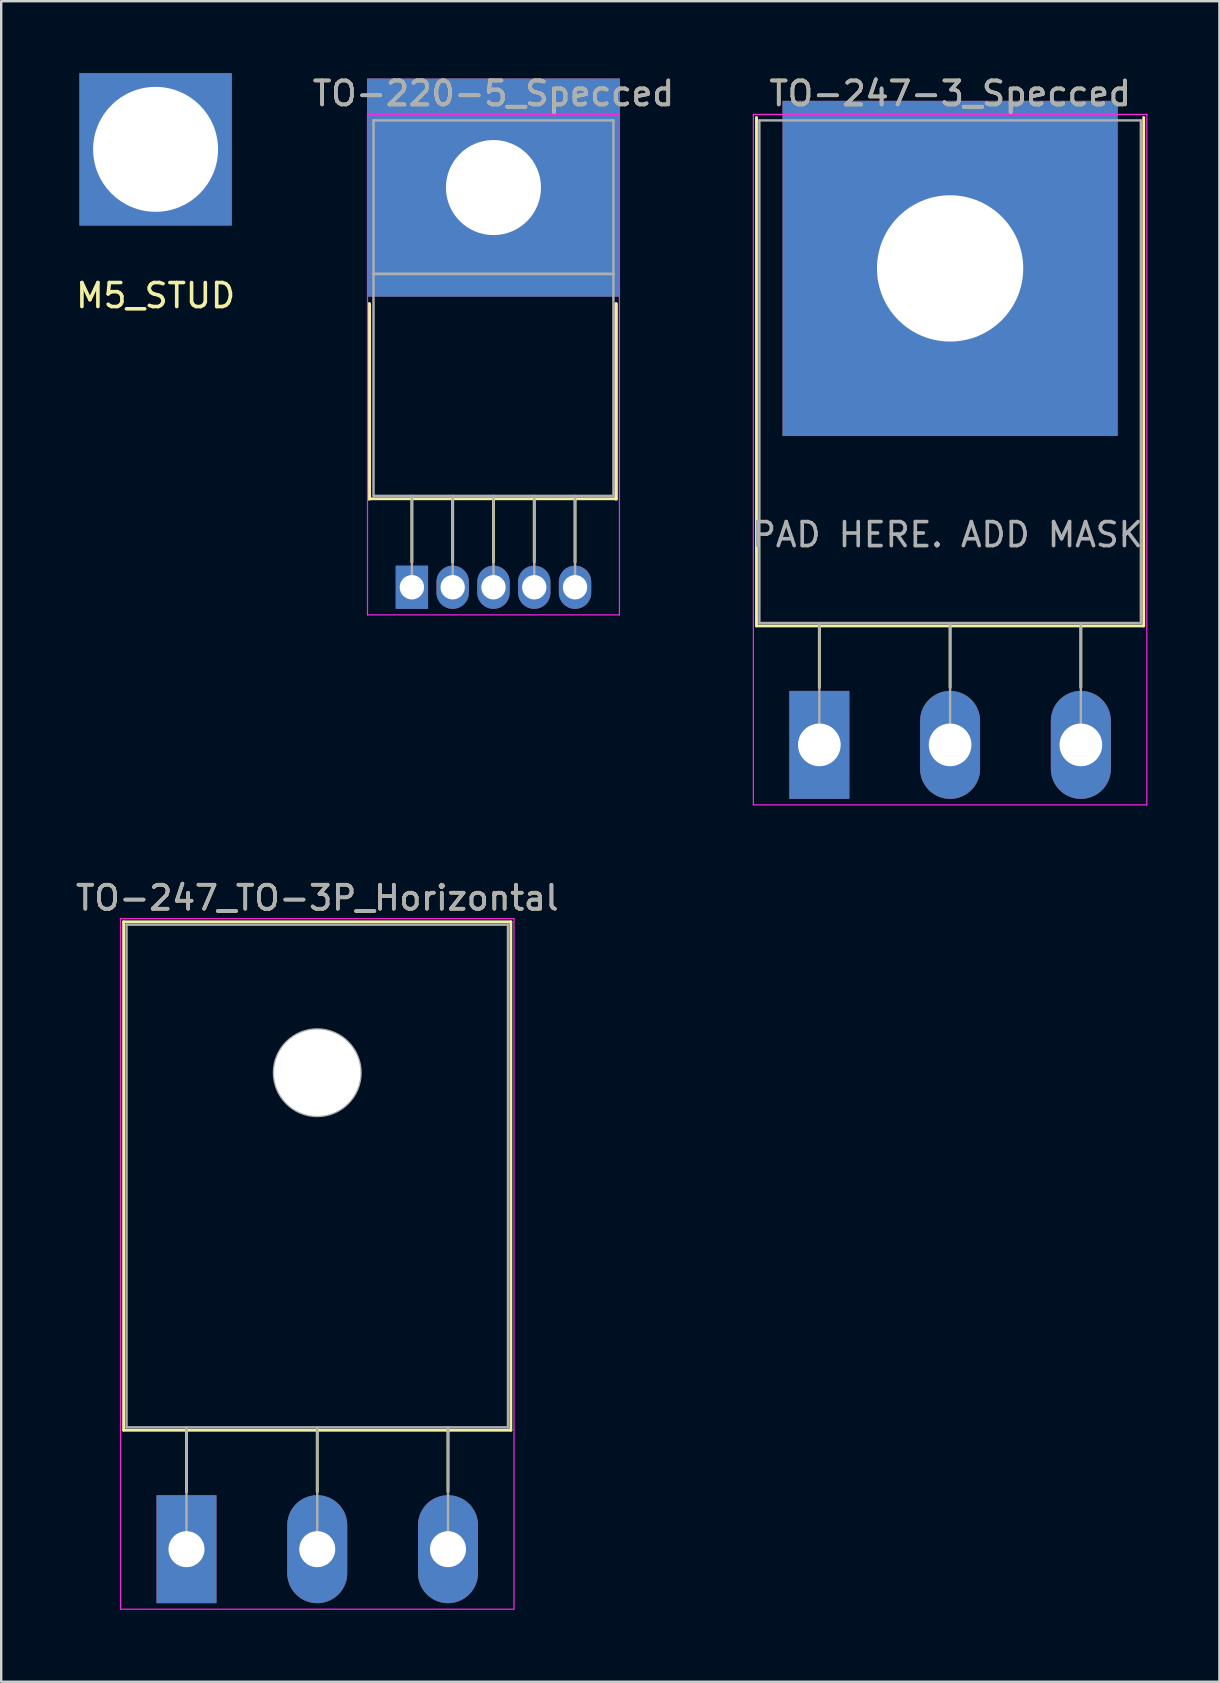
<source format=kicad_pcb>
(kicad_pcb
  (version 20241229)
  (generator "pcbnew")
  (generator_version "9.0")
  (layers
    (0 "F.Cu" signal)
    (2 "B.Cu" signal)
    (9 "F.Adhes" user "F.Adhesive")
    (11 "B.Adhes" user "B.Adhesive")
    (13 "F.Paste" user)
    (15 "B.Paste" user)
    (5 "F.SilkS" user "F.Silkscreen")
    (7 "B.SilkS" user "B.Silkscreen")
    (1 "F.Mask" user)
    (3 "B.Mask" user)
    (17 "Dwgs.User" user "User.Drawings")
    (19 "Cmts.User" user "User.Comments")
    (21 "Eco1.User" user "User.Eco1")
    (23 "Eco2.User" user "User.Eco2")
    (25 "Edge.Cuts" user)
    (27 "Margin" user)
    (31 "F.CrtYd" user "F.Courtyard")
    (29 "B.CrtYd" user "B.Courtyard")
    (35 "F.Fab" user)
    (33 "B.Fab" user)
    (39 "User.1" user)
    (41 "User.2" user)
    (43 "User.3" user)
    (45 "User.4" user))
  (footprint "M5_STUD"
    (layer "F.Cu")
    (at 3.435 3.175)
    (property "Reference" "M5_STUD" (at 0 6.096 0) (layer "F.SilkS") (effects (font (size 1 1) (thickness 0.15))))
    (attr through_hole)
    (pad "1" thru_hole rect (at 0 0) (size 6.35 6.35) (drill 5.207) (layers "*.Cu" "*.Mask")))
  (footprint "TO-247_TO-3P_Horizontal"
    (layer "F.Cu")
    (at 4.723 61.522)
    (property "Reference" "TO-247_TO-3P_Horizontal" (at 5.45 -27.15 0) (layer "F.SilkS") (effects (font (size 1 1) (thickness 0.15))))
    (attr through_hole)
    (fp_line (start -2.62 -26.15) (end -2.62 -4.96) (stroke (width 0.12) (type solid)) (layer "F.SilkS"))
    (fp_line (start -2.62 -26.15) (end 13.52 -26.15) (stroke (width 0.12) (type solid)) (layer "F.SilkS"))
    (fp_line (start -2.62 -4.96) (end 13.52 -4.96) (stroke (width 0.12) (type solid)) (layer "F.SilkS"))
    (fp_line (start 0 -4.96) (end 0 -2.4) (stroke (width 0.12) (type solid)) (layer "F.SilkS"))
    (fp_line (start 5.45 -4.96) (end 5.45 -2.4) (stroke (width 0.12) (type solid)) (layer "F.SilkS"))
    (fp_line (start 10.9 -4.96) (end 10.9 -2.4) (stroke (width 0.12) (type solid)) (layer "F.SilkS"))
    (fp_line (start 13.52 -26.15) (end 13.52 -4.96) (stroke (width 0.12) (type solid)) (layer "F.SilkS"))
    (fp_line (start -2.75 -26.28) (end -2.75 2.5) (stroke (width 0.05) (type solid)) (layer "F.CrtYd"))
    (fp_line (start -2.75 2.5) (end 13.65 2.5) (stroke (width 0.05) (type solid)) (layer "F.CrtYd"))
    (fp_line (start 13.65 -26.28) (end -2.75 -26.28) (stroke (width 0.05) (type solid)) (layer "F.CrtYd"))
    (fp_line (start 13.65 2.5) (end 13.65 -26.28) (stroke (width 0.05) (type solid)) (layer "F.CrtYd"))
    (fp_line (start -2.5 -26.03) (end 13.4 -26.03) (stroke (width 0.1) (type solid)) (layer "F.Fab"))
    (fp_line (start -2.5 -5.08) (end -2.5 -26.03) (stroke (width 0.1) (type solid)) (layer "F.Fab"))
    (fp_line (start 0 -5.08) (end 0 0) (stroke (width 0.1) (type solid)) (layer "F.Fab"))
    (fp_line (start 5.45 -5.08) (end 5.45 0) (stroke (width 0.1) (type solid)) (layer "F.Fab"))
    (fp_line (start 10.9 -5.08) (end 10.9 0) (stroke (width 0.1) (type solid)) (layer "F.Fab"))
    (fp_line (start 13.4 -26.03) (end 13.4 -5.08) (stroke (width 0.1) (type solid)) (layer "F.Fab"))
    (fp_line (start 13.4 -5.08) (end -2.5 -5.08) (stroke (width 0.1) (type solid)) (layer "F.Fab"))
    (fp_circle (center 5.45 -19.86) (end 7.255 -19.86) (stroke (width 0.1) (type solid)) (fill no) (layer "F.Fab"))
    (fp_text user "${REFERENCE}" (at 5.45 -27.15 0) (layer "F.Fab") (effects (font (size 1 1) (thickness 0.15))))
    (pad "" np_thru_hole oval (at 5.45 -19.86) (size 3.6 3.6) (drill 3.6) (layers "*.Cu" "*.Mask"))
    (pad "1" thru_hole rect (at 0 0) (size 2.5 4.5) (drill 1.5) (layers "*.Cu" "*.Mask"))
    (pad "2" thru_hole oval (at 5.45 0) (size 2.5 4.5) (drill 1.5) (layers "*.Cu" "*.Mask"))
    (pad "3" thru_hole oval (at 10.9 0) (size 2.5 4.5) (drill 1.5) (layers "*.Cu" "*.Mask")))
  (footprint "TO-220-5_Specced"
    (layer "F.Cu")
    (at 14.118 21.428)
    (property "Reference" "TO-220-5_Specced" (at 3.4 -20.58 0) (layer "F.SilkS") (effects (font (size 1 1) (thickness 0.15))))
    (attr through_hole)
    (fp_line (start -1.778 -3.683) (end -1.778 -11.811) (stroke (width 0.15) (type solid)) (layer "F.SilkS"))
    (fp_line (start -1.721 -3.69) (end 8.52 -3.69) (stroke (width 0.12) (type solid)) (layer "F.SilkS"))
    (fp_line (start 0 -3.69) (end 0 -1.05) (stroke (width 0.12) (type solid)) (layer "F.SilkS"))
    (fp_line (start 1.7 -3.69) (end 1.7 -1.05) (stroke (width 0.12) (type solid)) (layer "F.SilkS"))
    (fp_line (start 3.4 -3.69) (end 3.4 -1.05) (stroke (width 0.12) (type solid)) (layer "F.SilkS"))
    (fp_line (start 5.1 -3.69) (end 5.1 -1.05) (stroke (width 0.12) (type solid)) (layer "F.SilkS"))
    (fp_line (start 6.8 -3.69) (end 6.8 -1.05) (stroke (width 0.12) (type solid)) (layer "F.SilkS"))
    (fp_line (start 8.509 -3.683) (end 8.509 -11.811) (stroke (width 0.15) (type solid)) (layer "F.SilkS"))
    (fp_line (start -1.85 -19.71) (end -1.85 1.15) (stroke (width 0.05) (type solid)) (layer "F.CrtYd"))
    (fp_line (start -1.85 1.15) (end 8.65 1.15) (stroke (width 0.05) (type solid)) (layer "F.CrtYd"))
    (fp_line (start 8.65 -19.71) (end -1.85 -19.71) (stroke (width 0.05) (type solid)) (layer "F.CrtYd"))
    (fp_line (start 8.65 1.15) (end 8.65 -19.71) (stroke (width 0.05) (type solid)) (layer "F.CrtYd"))
    (fp_line (start -1.6 -19.46) (end 8.4 -19.46) (stroke (width 0.1) (type solid)) (layer "F.Fab"))
    (fp_line (start -1.6 -13.06) (end -1.6 -19.46) (stroke (width 0.1) (type solid)) (layer "F.Fab"))
    (fp_line (start -1.6 -13.06) (end 8.4 -13.06) (stroke (width 0.1) (type solid)) (layer "F.Fab"))
    (fp_line (start -1.6 -3.81) (end -1.6 -13.06) (stroke (width 0.1) (type solid)) (layer "F.Fab"))
    (fp_line (start 0 -3.81) (end 0 0) (stroke (width 0.1) (type solid)) (layer "F.Fab"))
    (fp_line (start 1.7 -3.81) (end 1.7 0) (stroke (width 0.1) (type solid)) (layer "F.Fab"))
    (fp_line (start 3.4 -3.81) (end 3.4 0) (stroke (width 0.1) (type solid)) (layer "F.Fab"))
    (fp_line (start 5.1 -3.81) (end 5.1 0) (stroke (width 0.1) (type solid)) (layer "F.Fab"))
    (fp_line (start 6.8 -3.81) (end 6.8 0) (stroke (width 0.1) (type solid)) (layer "F.Fab"))
    (fp_line (start 8.4 -19.46) (end 8.4 -13.06) (stroke (width 0.1) (type solid)) (layer "F.Fab"))
    (fp_line (start 8.4 -13.06) (end -1.6 -13.06) (stroke (width 0.1) (type solid)) (layer "F.Fab"))
    (fp_line (start 8.4 -13.06) (end 8.4 -3.81) (stroke (width 0.1) (type solid)) (layer "F.Fab"))
    (fp_line (start 8.4 -3.81) (end -1.6 -3.81) (stroke (width 0.1) (type solid)) (layer "F.Fab"))
    (fp_circle (center 3.4 -16.66) (end 5.25 -16.66) (stroke (width 0.1) (type solid)) (fill no) (layer "F.Fab"))
    (fp_text user "${REFERENCE}" (at 3.4 -20.58 0) (layer "F.Fab") (effects (font (size 1 1) (thickness 0.15))))
    (pad "1" thru_hole rect (at 0 0) (size 1.35 1.8) (drill 1.016) (layers "*.Cu" "*.Mask"))
    (pad "2" thru_hole oval (at 1.7 0) (size 1.35 1.8) (drill 1.016) (layers "*.Cu" "*.Mask"))
    (pad "3" thru_hole rect (at 3.4 -16.66) (size 10.541 9.093) (drill 3.962) (layers "*.Cu" "*.Mask"))
    (pad "3" thru_hole oval (at 3.4 0) (size 1.35 1.8) (drill 1.016) (layers "*.Cu" "*.Mask"))
    (pad "4" thru_hole oval (at 5.1 0) (size 1.35 1.8) (drill 1.016) (layers "*.Cu" "*.Mask"))
    (pad "5" thru_hole oval (at 6.8 0) (size 1.35 1.8) (drill 1.016) (layers "*.Cu" "*.Mask")))
  (footprint "TO-247-3_Specced"
    (layer "F.Cu")
    (at 31.101 27.998)
    (property "Reference" "TO-247-3_Specced" (at 5.45 -27.15 0) (layer "F.SilkS") (effects (font (size 1 1) (thickness 0.15))))
    (attr through_hole)
    (fp_line (start -2.62 -26.15) (end -2.62 -4.96) (stroke (width 0.12) (type solid)) (layer "F.SilkS"))
    (fp_line (start -2.62 -4.96) (end 13.52 -4.96) (stroke (width 0.12) (type solid)) (layer "F.SilkS"))
    (fp_line (start 0 -4.96) (end 0 -2.4) (stroke (width 0.12) (type solid)) (layer "F.SilkS"))
    (fp_line (start 5.45 -4.96) (end 5.45 -2.4) (stroke (width 0.12) (type solid)) (layer "F.SilkS"))
    (fp_line (start 10.9 -4.96) (end 10.9 -2.4) (stroke (width 0.12) (type solid)) (layer "F.SilkS"))
    (fp_line (start 13.52 -26.15) (end 13.52 -4.96) (stroke (width 0.12) (type solid)) (layer "F.SilkS"))
    (fp_line (start -2.75 -26.28) (end -2.75 2.5) (stroke (width 0.05) (type solid)) (layer "F.CrtYd"))
    (fp_line (start -2.75 2.5) (end 13.65 2.5) (stroke (width 0.05) (type solid)) (layer "F.CrtYd"))
    (fp_line (start 13.65 -26.28) (end -2.75 -26.28) (stroke (width 0.05) (type solid)) (layer "F.CrtYd"))
    (fp_line (start 13.65 2.5) (end 13.65 -26.28) (stroke (width 0.05) (type solid)) (layer "F.CrtYd"))
    (fp_line (start -2.5 -26.03) (end 13.4 -26.03) (stroke (width 0.1) (type solid)) (layer "F.Fab"))
    (fp_line (start -2.5 -5.08) (end -2.5 -26.03) (stroke (width 0.1) (type solid)) (layer "F.Fab"))
    (fp_line (start 0 -5.08) (end 0 0) (stroke (width 0.1) (type solid)) (layer "F.Fab"))
    (fp_line (start 5.45 -5.08) (end 5.45 0) (stroke (width 0.1) (type solid)) (layer "F.Fab"))
    (fp_line (start 10.9 -5.08) (end 10.9 0) (stroke (width 0.1) (type solid)) (layer "F.Fab"))
    (fp_line (start 13.4 -26.03) (end 13.4 -5.08) (stroke (width 0.1) (type solid)) (layer "F.Fab"))
    (fp_line (start 13.4 -5.08) (end -2.5 -5.08) (stroke (width 0.1) (type solid)) (layer "F.Fab"))
    (fp_circle (center 5.45 -19.86) (end 7.255 -19.86) (stroke (width 0.1) (type solid)) (fill no) (layer "F.Fab"))
    (fp_text user "PAD HERE. ADD MASK" (at 5.334 -8.763 0) (layer "F.Fab") (effects (font (size 1 1) (thickness 0.15))))
    (fp_text user "${REFERENCE}" (at 5.45 -27.15 0) (layer "F.Fab") (effects (font (size 1 1) (thickness 0.15))))
    (pad "1" thru_hole rect (at 0 0) (size 2.5 4.5) (drill 1.778) (layers "*.Cu" "*.Mask"))
    (pad "2" thru_hole rect (at 5.45 -19.86) (size 13.97 13.97) (drill 6.096) (layers "*.Cu" "*.Mask"))
    (pad "2" thru_hole oval (at 5.45 0) (size 2.5 4.5) (drill 1.778) (layers "*.Cu" "*.Mask"))
    (pad "3" thru_hole oval (at 10.9 0) (size 2.5 4.5) (drill 1.778) (layers "*.Cu" "*.Mask")))
  (gr_rect
    (start -3 -3)
    (end 47.776 67.046)
    (stroke (width 0.1) (type default))
    (fill no)
    (layer "Edge.Cuts")))
</source>
